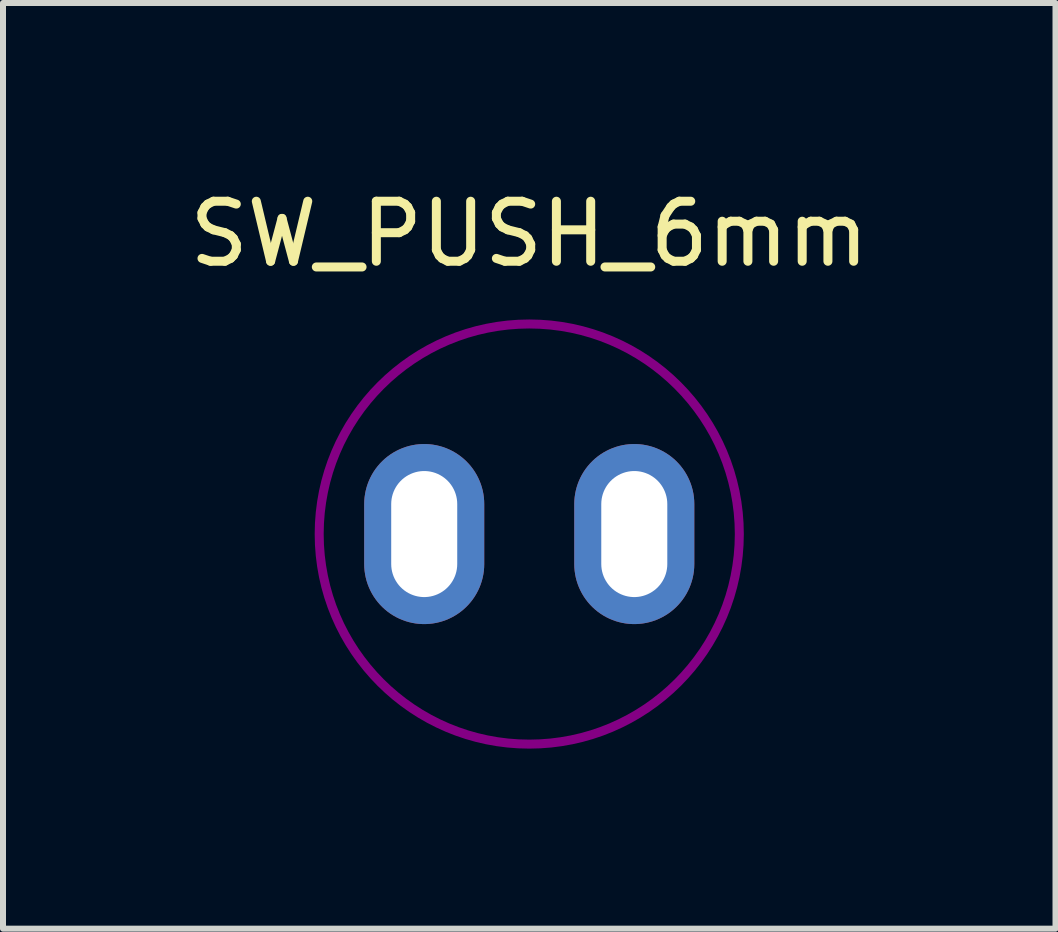
<source format=kicad_pcb>
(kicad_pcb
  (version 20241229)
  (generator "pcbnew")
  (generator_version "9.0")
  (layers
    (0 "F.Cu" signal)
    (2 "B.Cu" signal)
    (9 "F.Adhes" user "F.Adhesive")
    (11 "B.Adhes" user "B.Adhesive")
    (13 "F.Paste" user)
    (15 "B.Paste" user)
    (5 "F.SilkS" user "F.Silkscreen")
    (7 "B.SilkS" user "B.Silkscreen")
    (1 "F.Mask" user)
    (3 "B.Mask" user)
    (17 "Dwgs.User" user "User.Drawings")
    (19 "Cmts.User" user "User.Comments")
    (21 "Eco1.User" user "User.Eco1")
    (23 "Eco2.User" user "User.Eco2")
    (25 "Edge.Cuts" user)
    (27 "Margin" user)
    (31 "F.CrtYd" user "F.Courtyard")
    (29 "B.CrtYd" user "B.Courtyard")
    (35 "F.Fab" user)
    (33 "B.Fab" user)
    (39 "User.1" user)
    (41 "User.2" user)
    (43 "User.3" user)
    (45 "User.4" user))
  (footprint "SW_PUSH_6mm"
    (layer "F.Cu")
    (at 5.768 5.848)
    (property "Reference" "SW_PUSH_6mm" (at 0 -5 0) (layer "F.SilkS") (effects (font (size 1 1) (thickness 0.15))))
    (attr through_hole)
    (fp_circle (center 0 0) (end 3.5 0) (stroke (width 0.15) (type solid)) (fill no) (layer "F.Adhes"))
    (pad "1" thru_hole oval (at -1.75 0) (size 2 3) (drill oval 1.1 2.1) (layers "*.Cu" "*.Mask"))
    (pad "2" thru_hole oval (at 1.75 0) (size 2 3) (drill oval 1.1 2.1) (layers "*.Cu" "*.Mask")))
  (gr_rect
    (start -3 -3)
    (end 14.536 12.423)
    (stroke (width 0.1) (type default))
    (fill no)
    (layer "Edge.Cuts")))
</source>
